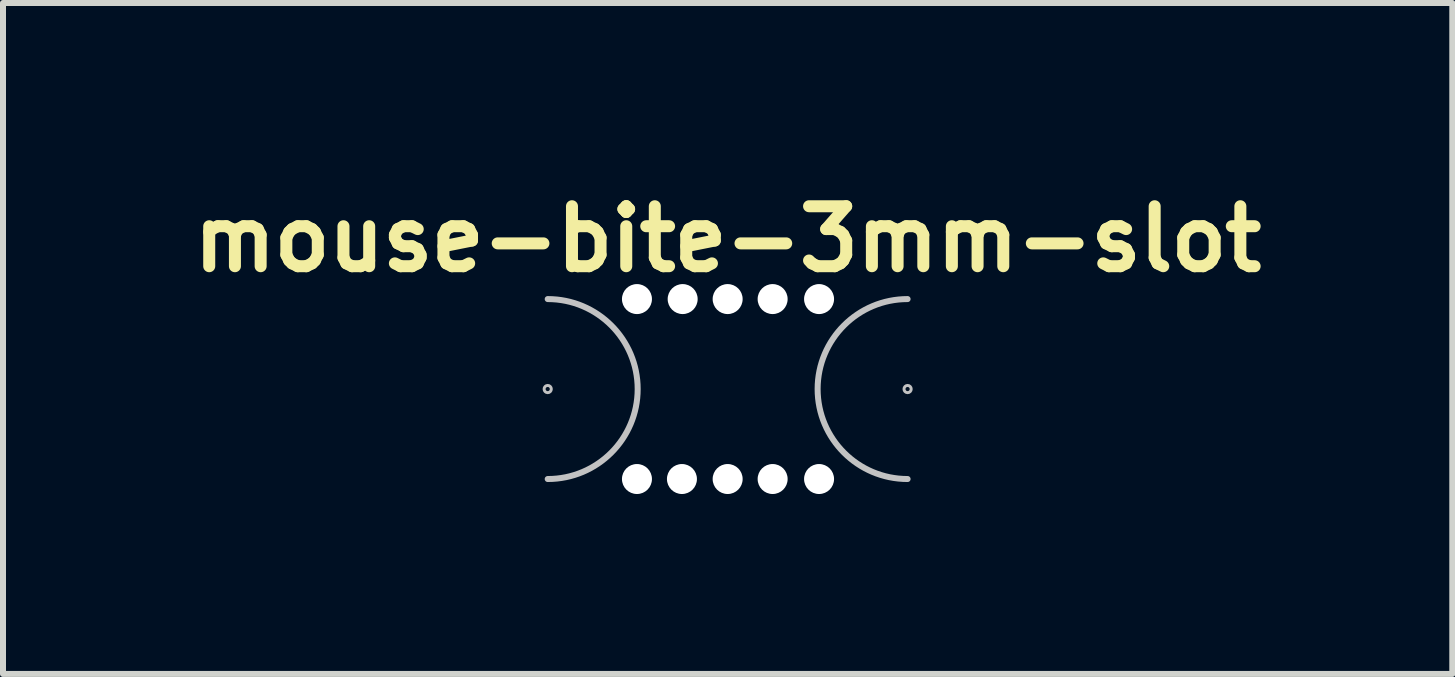
<source format=kicad_pcb>
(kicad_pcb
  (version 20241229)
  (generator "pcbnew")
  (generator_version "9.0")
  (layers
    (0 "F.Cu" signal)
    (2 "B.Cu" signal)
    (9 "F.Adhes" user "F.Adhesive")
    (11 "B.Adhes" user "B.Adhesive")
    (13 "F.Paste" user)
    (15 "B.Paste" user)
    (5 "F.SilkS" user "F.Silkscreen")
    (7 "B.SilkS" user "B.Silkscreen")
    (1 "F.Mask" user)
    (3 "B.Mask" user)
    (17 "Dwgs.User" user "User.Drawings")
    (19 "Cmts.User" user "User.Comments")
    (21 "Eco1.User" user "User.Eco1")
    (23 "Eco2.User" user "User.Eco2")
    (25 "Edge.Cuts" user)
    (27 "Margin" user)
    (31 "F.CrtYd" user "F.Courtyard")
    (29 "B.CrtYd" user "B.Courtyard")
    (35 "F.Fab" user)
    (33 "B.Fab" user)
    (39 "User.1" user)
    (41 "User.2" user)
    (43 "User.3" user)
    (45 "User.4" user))
  (footprint "mouse-bite-3mm-slot"
    (layer "F.Cu")
    (at 9.081 3.436)
    (property "Reference" "mouse-bite-3mm-slot" (at 0 -2.5 0) (layer "F.SilkS") (effects (font (size 1 1) (thickness 0.2))))
    (attr through_hole)
    (fp_arc (start -3 -1.5) (mid -1.5 0) (end -3 1.5) (stroke (width 0.1) (type solid)) (layer "Dwgs.User"))
    (fp_arc (start 3 1.5) (mid 1.5 0) (end 3 -1.5) (stroke (width 0.1) (type solid)) (layer "Dwgs.User"))
    (fp_circle (center -3 0) (end -3 -0.06) (stroke (width 0.05) (type solid)) (fill no) (layer "Dwgs.User"))
    (fp_circle (center 3 0) (end 3.06 0) (stroke (width 0.05) (type solid)) (fill no) (layer "Dwgs.User"))
    (fp_line (start -3 0) (end -3 0) (stroke (width 3) (type solid)) (layer "Eco1.User"))
    (fp_line (start 3 0) (end 3 0) (stroke (width 3) (type solid)) (layer "Eco1.User"))
    (pad "" np_thru_hole circle (at -1.512 -1.5) (size 0.5 0.5) (drill 0.5) (layers "*.Cu" "*.Mask"))
    (pad "" np_thru_hole circle (at -1.512 1.5) (size 0.5 0.5) (drill 0.5) (layers "*.Cu" "*.Mask"))
    (pad "" np_thru_hole circle (at -0.762 1.5) (size 0.5 0.5) (drill 0.5) (layers "*.Cu" "*.Mask"))
    (pad "" np_thru_hole circle (at -0.75 -1.5) (size 0.5 0.5) (drill 0.5) (layers "*.Cu" "*.Mask"))
    (pad "" np_thru_hole circle (at 0 -1.5) (size 0.5 0.5) (drill 0.5) (layers "*.Cu" "*.Mask"))
    (pad "" np_thru_hole circle (at 0 1.5) (size 0.5 0.5) (drill 0.5) (layers "*.Cu" "*.Mask"))
    (pad "" np_thru_hole circle (at 0.75 -1.5) (size 0.5 0.5) (drill 0.5) (layers "*.Cu" "*.Mask"))
    (pad "" np_thru_hole circle (at 0.75 1.5) (size 0.5 0.5) (drill 0.5) (layers "*.Cu" "*.Mask"))
    (pad "" np_thru_hole circle (at 1.524 -1.5) (size 0.5 0.5) (drill 0.5) (layers "*.Cu" "*.Mask"))
    (pad "" np_thru_hole circle (at 1.524 1.5) (size 0.5 0.5) (drill 0.5) (layers "*.Cu" "*.Mask")))
  (gr_rect
    (start -3 -3)
    (end 21.162 8.186)
    (stroke (width 0.1) (type default))
    (fill no)
    (layer "Edge.Cuts")))
</source>
